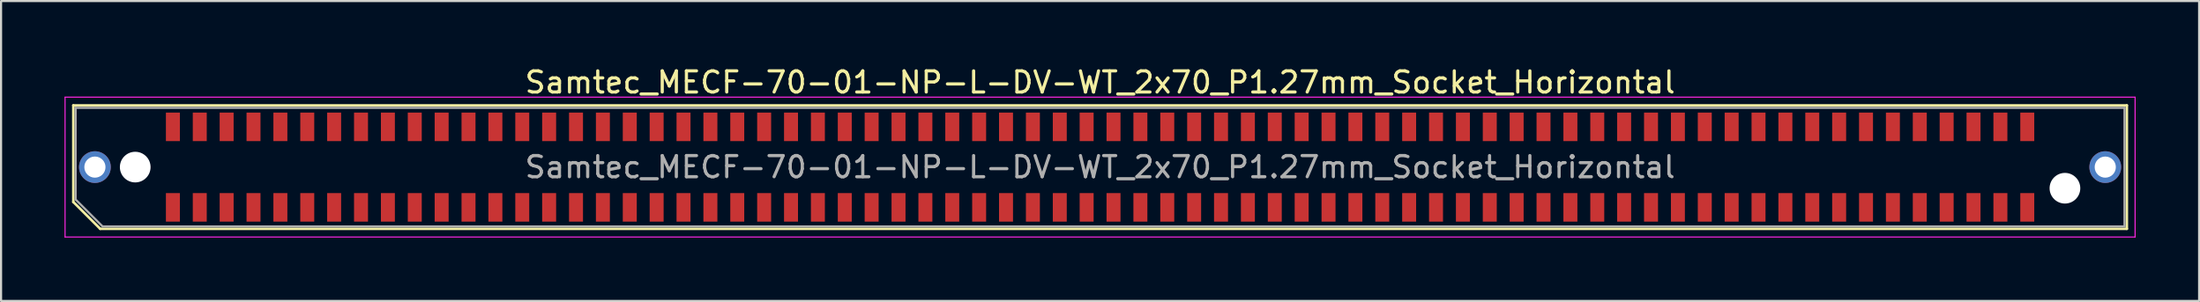
<source format=kicad_pcb>
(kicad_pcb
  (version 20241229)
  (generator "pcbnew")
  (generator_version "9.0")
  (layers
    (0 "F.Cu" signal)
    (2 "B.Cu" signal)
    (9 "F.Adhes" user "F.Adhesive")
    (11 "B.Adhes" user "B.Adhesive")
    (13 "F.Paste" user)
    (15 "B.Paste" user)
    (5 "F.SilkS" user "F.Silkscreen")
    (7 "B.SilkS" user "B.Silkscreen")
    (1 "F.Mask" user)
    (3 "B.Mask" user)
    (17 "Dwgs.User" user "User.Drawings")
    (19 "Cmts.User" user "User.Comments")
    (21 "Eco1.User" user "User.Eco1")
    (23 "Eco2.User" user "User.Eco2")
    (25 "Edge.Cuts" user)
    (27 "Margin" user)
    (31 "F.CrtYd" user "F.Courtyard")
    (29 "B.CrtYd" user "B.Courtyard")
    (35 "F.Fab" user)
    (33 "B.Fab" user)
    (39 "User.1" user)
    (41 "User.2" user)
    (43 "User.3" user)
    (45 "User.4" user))
  (footprint "Samtec_MECF-70-01-NP-L-DV-WT_2x70_P1.27mm_Socket_Horizontal"
    (layer "F.Cu")
    (at 48.935 4.858)
    (property "Reference" "Samtec_MECF-70-01-NP-L-DV-WT_2x70_P1.27mm_Socket_Horizontal" (at 0 -4.01 0) (layer "F.SilkS") (effects (font (size 1 1) (thickness 0.15))))
    (attr smd)
    (fp_line (start -48.52 -2.92) (end 48.52 -2.92) (stroke (width 0.12) (type solid)) (layer "F.SilkS"))
    (fp_line (start -48.52 1.65) (end -48.52 -2.92) (stroke (width 0.12) (type solid)) (layer "F.SilkS"))
    (fp_line (start -47.25 2.92) (end -48.52 1.65) (stroke (width 0.12) (type solid)) (layer "F.SilkS"))
    (fp_line (start -47.25 2.92) (end 48.52 2.92) (stroke (width 0.12) (type solid)) (layer "F.SilkS"))
    (fp_line (start 48.52 2.92) (end 48.52 -2.92) (stroke (width 0.12) (type solid)) (layer "F.SilkS"))
    (fp_line (start -48.91 -3.31) (end -48.91 3.31) (stroke (width 0.05) (type solid)) (layer "F.CrtYd"))
    (fp_line (start -48.91 3.31) (end 48.91 3.31) (stroke (width 0.05) (type solid)) (layer "F.CrtYd"))
    (fp_line (start 48.91 -3.31) (end -48.91 -3.31) (stroke (width 0.05) (type solid)) (layer "F.CrtYd"))
    (fp_line (start 48.91 3.31) (end 48.91 -3.31) (stroke (width 0.05) (type solid)) (layer "F.CrtYd"))
    (fp_line (start -48.41 -2.805) (end 48.41 -2.805) (stroke (width 0.1) (type solid)) (layer "F.Fab"))
    (fp_line (start -48.41 1.535) (end -48.41 -2.805) (stroke (width 0.1) (type solid)) (layer "F.Fab"))
    (fp_line (start -48.41 1.535) (end -47.14 2.805) (stroke (width 0.1) (type solid)) (layer "F.Fab"))
    (fp_line (start -47.14 2.805) (end 48.41 2.805) (stroke (width 0.1) (type solid)) (layer "F.Fab"))
    (fp_line (start 48.41 2.805) (end 48.41 -2.805) (stroke (width 0.1) (type solid)) (layer "F.Fab"))
    (fp_text user "${REFERENCE}" (at 0 0 0) (layer "F.Fab") (effects (font (size 1 1) (thickness 0.15))))
    (pad "" thru_hole circle (at -47.5 0) (size 1.5 1.5) (drill 1) (layers "*.Cu" "*.Mask"))
    (pad "" np_thru_hole circle (at -45.595 0) (size 1.45 1.45) (drill 1.45) (layers "*.Cu" "*.Mask"))
    (pad "" np_thru_hole circle (at 45.595 1) (size 1.45 1.45) (drill 1.45) (layers "*.Cu" "*.Mask"))
    (pad "" thru_hole circle (at 47.5 0) (size 1.5 1.5) (drill 1) (layers "*.Cu" "*.Mask"))
    (pad "1" smd rect (at -43.815 1.905) (size 0.66 1.35) (layers "F.Cu" "F.Mask" "F.Paste"))
    (pad "2" smd rect (at -43.815 -1.905) (size 0.66 1.35) (layers "F.Cu" "F.Mask" "F.Paste"))
    (pad "3" smd rect (at -42.545 1.905) (size 0.66 1.35) (layers "F.Cu" "F.Mask" "F.Paste"))
    (pad "4" smd rect (at -42.545 -1.905) (size 0.66 1.35) (layers "F.Cu" "F.Mask" "F.Paste"))
    (pad "5" smd rect (at -41.275 1.905) (size 0.66 1.35) (layers "F.Cu" "F.Mask" "F.Paste"))
    (pad "6" smd rect (at -41.275 -1.905) (size 0.66 1.35) (layers "F.Cu" "F.Mask" "F.Paste"))
    (pad "7" smd rect (at -40.005 1.905) (size 0.66 1.35) (layers "F.Cu" "F.Mask" "F.Paste"))
    (pad "8" smd rect (at -40.005 -1.905) (size 0.66 1.35) (layers "F.Cu" "F.Mask" "F.Paste"))
    (pad "9" smd rect (at -38.735 1.905) (size 0.66 1.35) (layers "F.Cu" "F.Mask" "F.Paste"))
    (pad "10" smd rect (at -38.735 -1.905) (size 0.66 1.35) (layers "F.Cu" "F.Mask" "F.Paste"))
    (pad "11" smd rect (at -37.465 1.905) (size 0.66 1.35) (layers "F.Cu" "F.Mask" "F.Paste"))
    (pad "12" smd rect (at -37.465 -1.905) (size 0.66 1.35) (layers "F.Cu" "F.Mask" "F.Paste"))
    (pad "13" smd rect (at -36.195 1.905) (size 0.66 1.35) (layers "F.Cu" "F.Mask" "F.Paste"))
    (pad "14" smd rect (at -36.195 -1.905) (size 0.66 1.35) (layers "F.Cu" "F.Mask" "F.Paste"))
    (pad "15" smd rect (at -34.925 1.905) (size 0.66 1.35) (layers "F.Cu" "F.Mask" "F.Paste"))
    (pad "16" smd rect (at -34.925 -1.905) (size 0.66 1.35) (layers "F.Cu" "F.Mask" "F.Paste"))
    (pad "17" smd rect (at -33.655 1.905) (size 0.66 1.35) (layers "F.Cu" "F.Mask" "F.Paste"))
    (pad "18" smd rect (at -33.655 -1.905) (size 0.66 1.35) (layers "F.Cu" "F.Mask" "F.Paste"))
    (pad "19" smd rect (at -32.385 1.905) (size 0.66 1.35) (layers "F.Cu" "F.Mask" "F.Paste"))
    (pad "20" smd rect (at -32.385 -1.905) (size 0.66 1.35) (layers "F.Cu" "F.Mask" "F.Paste"))
    (pad "21" smd rect (at -31.115 1.905) (size 0.66 1.35) (layers "F.Cu" "F.Mask" "F.Paste"))
    (pad "22" smd rect (at -31.115 -1.905) (size 0.66 1.35) (layers "F.Cu" "F.Mask" "F.Paste"))
    (pad "23" smd rect (at -29.845 1.905) (size 0.66 1.35) (layers "F.Cu" "F.Mask" "F.Paste"))
    (pad "24" smd rect (at -29.845 -1.905) (size 0.66 1.35) (layers "F.Cu" "F.Mask" "F.Paste"))
    (pad "25" smd rect (at -28.575 1.905) (size 0.66 1.35) (layers "F.Cu" "F.Mask" "F.Paste"))
    (pad "26" smd rect (at -28.575 -1.905) (size 0.66 1.35) (layers "F.Cu" "F.Mask" "F.Paste"))
    (pad "27" smd rect (at -27.305 1.905) (size 0.66 1.35) (layers "F.Cu" "F.Mask" "F.Paste"))
    (pad "28" smd rect (at -27.305 -1.905) (size 0.66 1.35) (layers "F.Cu" "F.Mask" "F.Paste"))
    (pad "29" smd rect (at -26.035 1.905) (size 0.66 1.35) (layers "F.Cu" "F.Mask" "F.Paste"))
    (pad "30" smd rect (at -26.035 -1.905) (size 0.66 1.35) (layers "F.Cu" "F.Mask" "F.Paste"))
    (pad "31" smd rect (at -24.765 1.905) (size 0.66 1.35) (layers "F.Cu" "F.Mask" "F.Paste"))
    (pad "32" smd rect (at -24.765 -1.905) (size 0.66 1.35) (layers "F.Cu" "F.Mask" "F.Paste"))
    (pad "33" smd rect (at -23.495 1.905) (size 0.66 1.35) (layers "F.Cu" "F.Mask" "F.Paste"))
    (pad "34" smd rect (at -23.495 -1.905) (size 0.66 1.35) (layers "F.Cu" "F.Mask" "F.Paste"))
    (pad "35" smd rect (at -22.225 1.905) (size 0.66 1.35) (layers "F.Cu" "F.Mask" "F.Paste"))
    (pad "36" smd rect (at -22.225 -1.905) (size 0.66 1.35) (layers "F.Cu" "F.Mask" "F.Paste"))
    (pad "37" smd rect (at -20.955 1.905) (size 0.66 1.35) (layers "F.Cu" "F.Mask" "F.Paste"))
    (pad "38" smd rect (at -20.955 -1.905) (size 0.66 1.35) (layers "F.Cu" "F.Mask" "F.Paste"))
    (pad "39" smd rect (at -19.685 1.905) (size 0.66 1.35) (layers "F.Cu" "F.Mask" "F.Paste"))
    (pad "40" smd rect (at -19.685 -1.905) (size 0.66 1.35) (layers "F.Cu" "F.Mask" "F.Paste"))
    (pad "41" smd rect (at -18.415 1.905) (size 0.66 1.35) (layers "F.Cu" "F.Mask" "F.Paste"))
    (pad "42" smd rect (at -18.415 -1.905) (size 0.66 1.35) (layers "F.Cu" "F.Mask" "F.Paste"))
    (pad "43" smd rect (at -17.145 1.905) (size 0.66 1.35) (layers "F.Cu" "F.Mask" "F.Paste"))
    (pad "44" smd rect (at -17.145 -1.905) (size 0.66 1.35) (layers "F.Cu" "F.Mask" "F.Paste"))
    (pad "45" smd rect (at -15.875 1.905) (size 0.66 1.35) (layers "F.Cu" "F.Mask" "F.Paste"))
    (pad "46" smd rect (at -15.875 -1.905) (size 0.66 1.35) (layers "F.Cu" "F.Mask" "F.Paste"))
    (pad "47" smd rect (at -14.605 1.905) (size 0.66 1.35) (layers "F.Cu" "F.Mask" "F.Paste"))
    (pad "48" smd rect (at -14.605 -1.905) (size 0.66 1.35) (layers "F.Cu" "F.Mask" "F.Paste"))
    (pad "49" smd rect (at -13.335 1.905) (size 0.66 1.35) (layers "F.Cu" "F.Mask" "F.Paste"))
    (pad "50" smd rect (at -13.335 -1.905) (size 0.66 1.35) (layers "F.Cu" "F.Mask" "F.Paste"))
    (pad "51" smd rect (at -12.065 1.905) (size 0.66 1.35) (layers "F.Cu" "F.Mask" "F.Paste"))
    (pad "52" smd rect (at -12.065 -1.905) (size 0.66 1.35) (layers "F.Cu" "F.Mask" "F.Paste"))
    (pad "53" smd rect (at -10.795 1.905) (size 0.66 1.35) (layers "F.Cu" "F.Mask" "F.Paste"))
    (pad "54" smd rect (at -10.795 -1.905) (size 0.66 1.35) (layers "F.Cu" "F.Mask" "F.Paste"))
    (pad "55" smd rect (at -9.525 1.905) (size 0.66 1.35) (layers "F.Cu" "F.Mask" "F.Paste"))
    (pad "56" smd rect (at -9.525 -1.905) (size 0.66 1.35) (layers "F.Cu" "F.Mask" "F.Paste"))
    (pad "57" smd rect (at -8.255 1.905) (size 0.66 1.35) (layers "F.Cu" "F.Mask" "F.Paste"))
    (pad "58" smd rect (at -8.255 -1.905) (size 0.66 1.35) (layers "F.Cu" "F.Mask" "F.Paste"))
    (pad "59" smd rect (at -6.985 1.905) (size 0.66 1.35) (layers "F.Cu" "F.Mask" "F.Paste"))
    (pad "60" smd rect (at -6.985 -1.905) (size 0.66 1.35) (layers "F.Cu" "F.Mask" "F.Paste"))
    (pad "61" smd rect (at -5.715 1.905) (size 0.66 1.35) (layers "F.Cu" "F.Mask" "F.Paste"))
    (pad "62" smd rect (at -5.715 -1.905) (size 0.66 1.35) (layers "F.Cu" "F.Mask" "F.Paste"))
    (pad "63" smd rect (at -4.445 1.905) (size 0.66 1.35) (layers "F.Cu" "F.Mask" "F.Paste"))
    (pad "64" smd rect (at -4.445 -1.905) (size 0.66 1.35) (layers "F.Cu" "F.Mask" "F.Paste"))
    (pad "65" smd rect (at -3.175 1.905) (size 0.66 1.35) (layers "F.Cu" "F.Mask" "F.Paste"))
    (pad "66" smd rect (at -3.175 -1.905) (size 0.66 1.35) (layers "F.Cu" "F.Mask" "F.Paste"))
    (pad "67" smd rect (at -1.905 1.905) (size 0.66 1.35) (layers "F.Cu" "F.Mask" "F.Paste"))
    (pad "68" smd rect (at -1.905 -1.905) (size 0.66 1.35) (layers "F.Cu" "F.Mask" "F.Paste"))
    (pad "69" smd rect (at -0.635 1.905) (size 0.66 1.35) (layers "F.Cu" "F.Mask" "F.Paste"))
    (pad "70" smd rect (at -0.635 -1.905) (size 0.66 1.35) (layers "F.Cu" "F.Mask" "F.Paste"))
    (pad "71" smd rect (at 0.635 1.905) (size 0.66 1.35) (layers "F.Cu" "F.Mask" "F.Paste"))
    (pad "72" smd rect (at 0.635 -1.905) (size 0.66 1.35) (layers "F.Cu" "F.Mask" "F.Paste"))
    (pad "73" smd rect (at 1.905 1.905) (size 0.66 1.35) (layers "F.Cu" "F.Mask" "F.Paste"))
    (pad "74" smd rect (at 1.905 -1.905) (size 0.66 1.35) (layers "F.Cu" "F.Mask" "F.Paste"))
    (pad "75" smd rect (at 3.175 1.905) (size 0.66 1.35) (layers "F.Cu" "F.Mask" "F.Paste"))
    (pad "76" smd rect (at 3.175 -1.905) (size 0.66 1.35) (layers "F.Cu" "F.Mask" "F.Paste"))
    (pad "77" smd rect (at 4.445 1.905) (size 0.66 1.35) (layers "F.Cu" "F.Mask" "F.Paste"))
    (pad "78" smd rect (at 4.445 -1.905) (size 0.66 1.35) (layers "F.Cu" "F.Mask" "F.Paste"))
    (pad "79" smd rect (at 5.715 1.905) (size 0.66 1.35) (layers "F.Cu" "F.Mask" "F.Paste"))
    (pad "80" smd rect (at 5.715 -1.905) (size 0.66 1.35) (layers "F.Cu" "F.Mask" "F.Paste"))
    (pad "81" smd rect (at 6.985 1.905) (size 0.66 1.35) (layers "F.Cu" "F.Mask" "F.Paste"))
    (pad "82" smd rect (at 6.985 -1.905) (size 0.66 1.35) (layers "F.Cu" "F.Mask" "F.Paste"))
    (pad "83" smd rect (at 8.255 1.905) (size 0.66 1.35) (layers "F.Cu" "F.Mask" "F.Paste"))
    (pad "84" smd rect (at 8.255 -1.905) (size 0.66 1.35) (layers "F.Cu" "F.Mask" "F.Paste"))
    (pad "85" smd rect (at 9.525 1.905) (size 0.66 1.35) (layers "F.Cu" "F.Mask" "F.Paste"))
    (pad "86" smd rect (at 9.525 -1.905) (size 0.66 1.35) (layers "F.Cu" "F.Mask" "F.Paste"))
    (pad "87" smd rect (at 10.795 1.905) (size 0.66 1.35) (layers "F.Cu" "F.Mask" "F.Paste"))
    (pad "88" smd rect (at 10.795 -1.905) (size 0.66 1.35) (layers "F.Cu" "F.Mask" "F.Paste"))
    (pad "89" smd rect (at 12.065 1.905) (size 0.66 1.35) (layers "F.Cu" "F.Mask" "F.Paste"))
    (pad "90" smd rect (at 12.065 -1.905) (size 0.66 1.35) (layers "F.Cu" "F.Mask" "F.Paste"))
    (pad "91" smd rect (at 13.335 1.905) (size 0.66 1.35) (layers "F.Cu" "F.Mask" "F.Paste"))
    (pad "92" smd rect (at 13.335 -1.905) (size 0.66 1.35) (layers "F.Cu" "F.Mask" "F.Paste"))
    (pad "93" smd rect (at 14.605 1.905) (size 0.66 1.35) (layers "F.Cu" "F.Mask" "F.Paste"))
    (pad "94" smd rect (at 14.605 -1.905) (size 0.66 1.35) (layers "F.Cu" "F.Mask" "F.Paste"))
    (pad "95" smd rect (at 15.875 1.905) (size 0.66 1.35) (layers "F.Cu" "F.Mask" "F.Paste"))
    (pad "96" smd rect (at 15.875 -1.905) (size 0.66 1.35) (layers "F.Cu" "F.Mask" "F.Paste"))
    (pad "97" smd rect (at 17.145 1.905) (size 0.66 1.35) (layers "F.Cu" "F.Mask" "F.Paste"))
    (pad "98" smd rect (at 17.145 -1.905) (size 0.66 1.35) (layers "F.Cu" "F.Mask" "F.Paste"))
    (pad "99" smd rect (at 18.415 1.905) (size 0.66 1.35) (layers "F.Cu" "F.Mask" "F.Paste"))
    (pad "100" smd rect (at 18.415 -1.905) (size 0.66 1.35) (layers "F.Cu" "F.Mask" "F.Paste"))
    (pad "101" smd rect (at 19.685 1.905) (size 0.66 1.35) (layers "F.Cu" "F.Mask" "F.Paste"))
    (pad "102" smd rect (at 19.685 -1.905) (size 0.66 1.35) (layers "F.Cu" "F.Mask" "F.Paste"))
    (pad "103" smd rect (at 20.955 1.905) (size 0.66 1.35) (layers "F.Cu" "F.Mask" "F.Paste"))
    (pad "104" smd rect (at 20.955 -1.905) (size 0.66 1.35) (layers "F.Cu" "F.Mask" "F.Paste"))
    (pad "105" smd rect (at 22.225 1.905) (size 0.66 1.35) (layers "F.Cu" "F.Mask" "F.Paste"))
    (pad "106" smd rect (at 22.225 -1.905) (size 0.66 1.35) (layers "F.Cu" "F.Mask" "F.Paste"))
    (pad "107" smd rect (at 23.495 1.905) (size 0.66 1.35) (layers "F.Cu" "F.Mask" "F.Paste"))
    (pad "108" smd rect (at 23.495 -1.905) (size 0.66 1.35) (layers "F.Cu" "F.Mask" "F.Paste"))
    (pad "109" smd rect (at 24.765 1.905) (size 0.66 1.35) (layers "F.Cu" "F.Mask" "F.Paste"))
    (pad "110" smd rect (at 24.765 -1.905) (size 0.66 1.35) (layers "F.Cu" "F.Mask" "F.Paste"))
    (pad "111" smd rect (at 26.035 1.905) (size 0.66 1.35) (layers "F.Cu" "F.Mask" "F.Paste"))
    (pad "112" smd rect (at 26.035 -1.905) (size 0.66 1.35) (layers "F.Cu" "F.Mask" "F.Paste"))
    (pad "113" smd rect (at 27.305 1.905) (size 0.66 1.35) (layers "F.Cu" "F.Mask" "F.Paste"))
    (pad "114" smd rect (at 27.305 -1.905) (size 0.66 1.35) (layers "F.Cu" "F.Mask" "F.Paste"))
    (pad "115" smd rect (at 28.575 1.905) (size 0.66 1.35) (layers "F.Cu" "F.Mask" "F.Paste"))
    (pad "116" smd rect (at 28.575 -1.905) (size 0.66 1.35) (layers "F.Cu" "F.Mask" "F.Paste"))
    (pad "117" smd rect (at 29.845 1.905) (size 0.66 1.35) (layers "F.Cu" "F.Mask" "F.Paste"))
    (pad "118" smd rect (at 29.845 -1.905) (size 0.66 1.35) (layers "F.Cu" "F.Mask" "F.Paste"))
    (pad "119" smd rect (at 31.115 1.905) (size 0.66 1.35) (layers "F.Cu" "F.Mask" "F.Paste"))
    (pad "120" smd rect (at 31.115 -1.905) (size 0.66 1.35) (layers "F.Cu" "F.Mask" "F.Paste"))
    (pad "121" smd rect (at 32.385 1.905) (size 0.66 1.35) (layers "F.Cu" "F.Mask" "F.Paste"))
    (pad "122" smd rect (at 32.385 -1.905) (size 0.66 1.35) (layers "F.Cu" "F.Mask" "F.Paste"))
    (pad "123" smd rect (at 33.655 1.905) (size 0.66 1.35) (layers "F.Cu" "F.Mask" "F.Paste"))
    (pad "124" smd rect (at 33.655 -1.905) (size 0.66 1.35) (layers "F.Cu" "F.Mask" "F.Paste"))
    (pad "125" smd rect (at 34.925 1.905) (size 0.66 1.35) (layers "F.Cu" "F.Mask" "F.Paste"))
    (pad "126" smd rect (at 34.925 -1.905) (size 0.66 1.35) (layers "F.Cu" "F.Mask" "F.Paste"))
    (pad "127" smd rect (at 36.195 1.905) (size 0.66 1.35) (layers "F.Cu" "F.Mask" "F.Paste"))
    (pad "128" smd rect (at 36.195 -1.905) (size 0.66 1.35) (layers "F.Cu" "F.Mask" "F.Paste"))
    (pad "129" smd rect (at 37.465 1.905) (size 0.66 1.35) (layers "F.Cu" "F.Mask" "F.Paste"))
    (pad "130" smd rect (at 37.465 -1.905) (size 0.66 1.35) (layers "F.Cu" "F.Mask" "F.Paste"))
    (pad "131" smd rect (at 38.735 1.905) (size 0.66 1.35) (layers "F.Cu" "F.Mask" "F.Paste"))
    (pad "132" smd rect (at 38.735 -1.905) (size 0.66 1.35) (layers "F.Cu" "F.Mask" "F.Paste"))
    (pad "133" smd rect (at 40.005 1.905) (size 0.66 1.35) (layers "F.Cu" "F.Mask" "F.Paste"))
    (pad "134" smd rect (at 40.005 -1.905) (size 0.66 1.35) (layers "F.Cu" "F.Mask" "F.Paste"))
    (pad "135" smd rect (at 41.275 1.905) (size 0.66 1.35) (layers "F.Cu" "F.Mask" "F.Paste"))
    (pad "136" smd rect (at 41.275 -1.905) (size 0.66 1.35) (layers "F.Cu" "F.Mask" "F.Paste"))
    (pad "137" smd rect (at 42.545 1.905) (size 0.66 1.35) (layers "F.Cu" "F.Mask" "F.Paste"))
    (pad "138" smd rect (at 42.545 -1.905) (size 0.66 1.35) (layers "F.Cu" "F.Mask" "F.Paste"))
    (pad "139" smd rect (at 43.815 1.905) (size 0.66 1.35) (layers "F.Cu" "F.Mask" "F.Paste"))
    (pad "140" smd rect (at 43.815 -1.905) (size 0.66 1.35) (layers "F.Cu" "F.Mask" "F.Paste")))
  (gr_rect
    (start -3 -3)
    (end 100.87 11.193)
    (stroke (width 0.1) (type default))
    (fill no)
    (layer "Edge.Cuts")))
</source>
